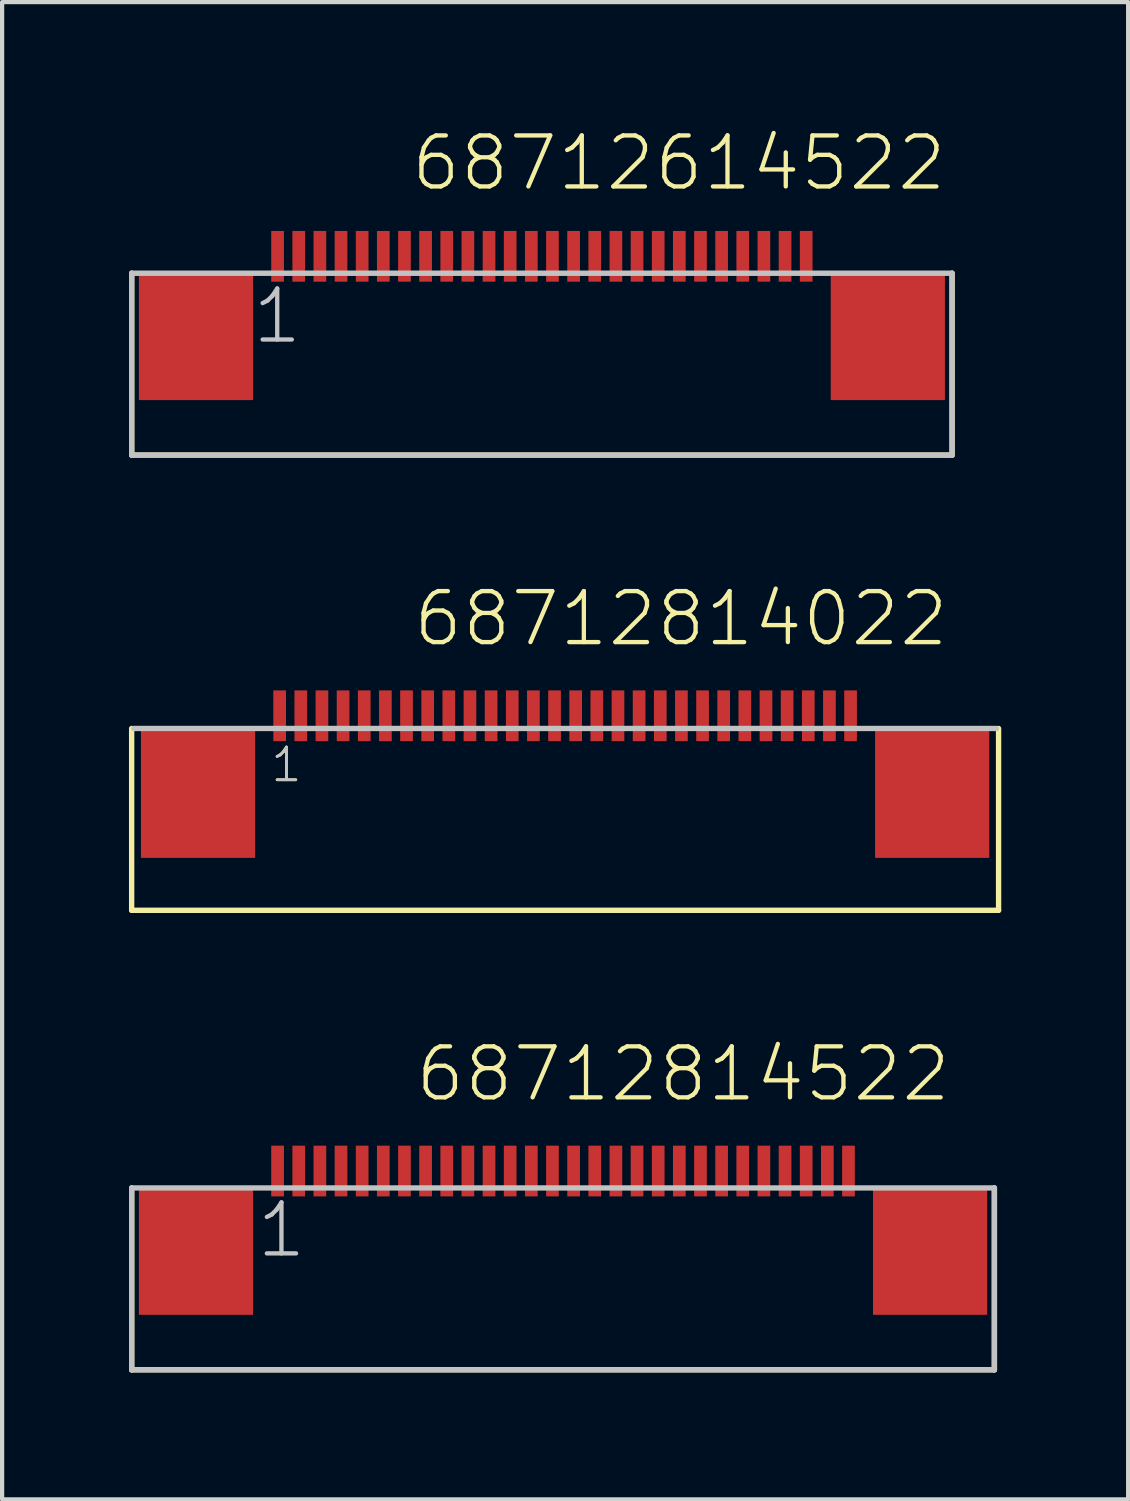
<source format=kicad_pcb>
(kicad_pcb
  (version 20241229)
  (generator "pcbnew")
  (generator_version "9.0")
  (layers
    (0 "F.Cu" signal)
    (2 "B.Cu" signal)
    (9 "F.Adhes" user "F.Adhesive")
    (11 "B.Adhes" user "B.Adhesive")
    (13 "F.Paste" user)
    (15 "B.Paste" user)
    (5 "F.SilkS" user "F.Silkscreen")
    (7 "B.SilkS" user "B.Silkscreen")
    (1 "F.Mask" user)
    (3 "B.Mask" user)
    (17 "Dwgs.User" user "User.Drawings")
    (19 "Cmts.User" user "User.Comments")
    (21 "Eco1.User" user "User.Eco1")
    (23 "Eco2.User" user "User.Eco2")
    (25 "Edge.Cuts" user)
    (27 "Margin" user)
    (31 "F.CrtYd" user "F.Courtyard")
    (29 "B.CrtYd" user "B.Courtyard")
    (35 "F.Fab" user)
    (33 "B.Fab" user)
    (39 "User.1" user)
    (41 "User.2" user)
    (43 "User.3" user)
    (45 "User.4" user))
  (footprint "68712614522"
    (layer "F.Cu")
    (at 9.764 4.911)
    (property "Reference" "68712614522" (at -3.144 -3.4 0) (layer "F.SilkS") (effects (font (size 1.206 1.206) (thickness 0.102)) (justify left bottom)))
    (attr through_hole)
    (fp_line (start -9.7 -1.5) (end -9.7 2.8) (stroke (width 0.127) (type solid)) (layer "F.SilkS"))
    (fp_line (start -9.7 2.8) (end 9.7 2.8) (stroke (width 0.127) (type solid)) (layer "F.SilkS"))
    (fp_line (start 9.7 2.8) (end 9.7 -1.5) (stroke (width 0.127) (type solid)) (layer "F.SilkS"))
    (fp_line (start -9.7 -1.5) (end 9.7 -1.5) (stroke (width 0.127) (type solid)) (layer "Dwgs.User"))
    (fp_line (start -9.7 2.8) (end -9.7 -1.5) (stroke (width 0.127) (type solid)) (layer "Dwgs.User"))
    (fp_line (start -9.7 2.8) (end 9.7 2.8) (stroke (width 0.127) (type solid)) (layer "Dwgs.User"))
    (fp_line (start 9.7 -1.5) (end 9.7 2.8) (stroke (width 0.127) (type solid)) (layer "Dwgs.User"))
    (fp_text user "1" (at -6.9 0.22 0) (layer "Dwgs.User") (effects (font (size 1.206 1.206) (thickness 0.102)) (justify left bottom)))
    (pad "1" smd rect (at -6.25 -1.9) (size 0.3 1.2) (layers "F.Cu" "F.Mask" "F.Paste"))
    (pad "2" smd rect (at -5.75 -1.9) (size 0.3 1.2) (layers "F.Cu" "F.Mask" "F.Paste"))
    (pad "3" smd rect (at -5.25 -1.9) (size 0.3 1.2) (layers "F.Cu" "F.Mask" "F.Paste"))
    (pad "4" smd rect (at -4.75 -1.9) (size 0.3 1.2) (layers "F.Cu" "F.Mask" "F.Paste"))
    (pad "5" smd rect (at -4.25 -1.9) (size 0.3 1.2) (layers "F.Cu" "F.Mask" "F.Paste"))
    (pad "6" smd rect (at -3.75 -1.9) (size 0.3 1.2) (layers "F.Cu" "F.Mask" "F.Paste"))
    (pad "7" smd rect (at -3.25 -1.9) (size 0.3 1.2) (layers "F.Cu" "F.Mask" "F.Paste"))
    (pad "8" smd rect (at -2.75 -1.9) (size 0.3 1.2) (layers "F.Cu" "F.Mask" "F.Paste"))
    (pad "9" smd rect (at -2.25 -1.9) (size 0.3 1.2) (layers "F.Cu" "F.Mask" "F.Paste"))
    (pad "10" smd rect (at -1.75 -1.9) (size 0.3 1.2) (layers "F.Cu" "F.Mask" "F.Paste"))
    (pad "11" smd rect (at -1.25 -1.9) (size 0.3 1.2) (layers "F.Cu" "F.Mask" "F.Paste"))
    (pad "12" smd rect (at -0.75 -1.9) (size 0.3 1.2) (layers "F.Cu" "F.Mask" "F.Paste"))
    (pad "13" smd rect (at -0.25 -1.9) (size 0.3 1.2) (layers "F.Cu" "F.Mask" "F.Paste"))
    (pad "14" smd rect (at 0.25 -1.9) (size 0.3 1.2) (layers "F.Cu" "F.Mask" "F.Paste"))
    (pad "15" smd rect (at 0.75 -1.9) (size 0.3 1.2) (layers "F.Cu" "F.Mask" "F.Paste"))
    (pad "16" smd rect (at 1.25 -1.9) (size 0.3 1.2) (layers "F.Cu" "F.Mask" "F.Paste"))
    (pad "17" smd rect (at 1.75 -1.9) (size 0.3 1.2) (layers "F.Cu" "F.Mask" "F.Paste"))
    (pad "18" smd rect (at 2.25 -1.9) (size 0.3 1.2) (layers "F.Cu" "F.Mask" "F.Paste"))
    (pad "19" smd rect (at 2.75 -1.9) (size 0.3 1.2) (layers "F.Cu" "F.Mask" "F.Paste"))
    (pad "20" smd rect (at 3.25 -1.9) (size 0.3 1.2) (layers "F.Cu" "F.Mask" "F.Paste"))
    (pad "21" smd rect (at 3.75 -1.9) (size 0.3 1.2) (layers "F.Cu" "F.Mask" "F.Paste"))
    (pad "22" smd rect (at 4.25 -1.9) (size 0.3 1.2) (layers "F.Cu" "F.Mask" "F.Paste"))
    (pad "23" smd rect (at 4.75 -1.9) (size 0.3 1.2) (layers "F.Cu" "F.Mask" "F.Paste"))
    (pad "24" smd rect (at 5.25 -1.9) (size 0.3 1.2) (layers "F.Cu" "F.Mask" "F.Paste"))
    (pad "25" smd rect (at 5.75 -1.9) (size 0.3 1.2) (layers "F.Cu" "F.Mask" "F.Paste"))
    (pad "26" smd rect (at 6.25 -1.9) (size 0.3 1.2) (layers "F.Cu" "F.Mask" "F.Paste"))
    (pad "Z1" smd rect (at -8.18 0) (size 2.7 3) (layers "F.Cu" "F.Mask" "F.Paste"))
    (pad "Z2" smd rect (at 8.18 0) (size 2.7 3) (layers "F.Cu" "F.Mask" "F.Paste")))
  (footprint "68712814022"
    (layer "F.Cu")
    (at 10.313 15.736)
    (property "Reference" "68712814022" (at -3.644 -3.45 0) (layer "F.SilkS") (effects (font (size 1.206 1.206) (thickness 0.102)) (justify left bottom)))
    (attr through_hole)
    (fp_line (start -10.25 -1.56) (end -10.25 2.74) (stroke (width 0.127) (type solid)) (layer "F.SilkS"))
    (fp_line (start -10.25 2.74) (end 10.25 2.74) (stroke (width 0.127) (type solid)) (layer "F.SilkS"))
    (fp_line (start 10.25 2.74) (end 10.25 -1.56) (stroke (width 0.127) (type solid)) (layer "F.SilkS"))
    (fp_line (start 10.2 -1.56) (end -10.2 -1.56) (stroke (width 0.127) (type solid)) (layer "Dwgs.User"))
    (fp_text user "1" (at -7 -0.25 0) (layer "F.SilkS") (effects (font (size 0.772 0.772) (thickness 0.065)) (justify left bottom)))
    (fp_text user "1" (at -7 -0.25 0) (layer "Dwgs.User") (effects (font (size 0.772 0.772) (thickness 0.065)) (justify left bottom)))
    (pad "1" smd rect (at -6.75 -1.86) (size 0.3 1.2) (layers "F.Cu" "F.Mask" "F.Paste"))
    (pad "2" smd rect (at -6.25 -1.86) (size 0.3 1.2) (layers "F.Cu" "F.Mask" "F.Paste"))
    (pad "3" smd rect (at -5.75 -1.86) (size 0.3 1.2) (layers "F.Cu" "F.Mask" "F.Paste"))
    (pad "4" smd rect (at -5.25 -1.86) (size 0.3 1.2) (layers "F.Cu" "F.Mask" "F.Paste"))
    (pad "5" smd rect (at -4.75 -1.86) (size 0.3 1.2) (layers "F.Cu" "F.Mask" "F.Paste"))
    (pad "6" smd rect (at -4.25 -1.86) (size 0.3 1.2) (layers "F.Cu" "F.Mask" "F.Paste"))
    (pad "7" smd rect (at -3.75 -1.86) (size 0.3 1.2) (layers "F.Cu" "F.Mask" "F.Paste"))
    (pad "8" smd rect (at -3.25 -1.86) (size 0.3 1.2) (layers "F.Cu" "F.Mask" "F.Paste"))
    (pad "9" smd rect (at -2.75 -1.86) (size 0.3 1.2) (layers "F.Cu" "F.Mask" "F.Paste"))
    (pad "10" smd rect (at -2.25 -1.86) (size 0.3 1.2) (layers "F.Cu" "F.Mask" "F.Paste"))
    (pad "11" smd rect (at -1.75 -1.86) (size 0.3 1.2) (layers "F.Cu" "F.Mask" "F.Paste"))
    (pad "12" smd rect (at -1.25 -1.86) (size 0.3 1.2) (layers "F.Cu" "F.Mask" "F.Paste"))
    (pad "13" smd rect (at -0.75 -1.86) (size 0.3 1.2) (layers "F.Cu" "F.Mask" "F.Paste"))
    (pad "14" smd rect (at -0.25 -1.86) (size 0.3 1.2) (layers "F.Cu" "F.Mask" "F.Paste"))
    (pad "15" smd rect (at 0.25 -1.86) (size 0.3 1.2) (layers "F.Cu" "F.Mask" "F.Paste"))
    (pad "16" smd rect (at 0.75 -1.86) (size 0.3 1.2) (layers "F.Cu" "F.Mask" "F.Paste"))
    (pad "17" smd rect (at 1.25 -1.86) (size 0.3 1.2) (layers "F.Cu" "F.Mask" "F.Paste"))
    (pad "18" smd rect (at 1.75 -1.86) (size 0.3 1.2) (layers "F.Cu" "F.Mask" "F.Paste"))
    (pad "19" smd rect (at 2.25 -1.86) (size 0.3 1.2) (layers "F.Cu" "F.Mask" "F.Paste"))
    (pad "20" smd rect (at 2.75 -1.86) (size 0.3 1.2) (layers "F.Cu" "F.Mask" "F.Paste"))
    (pad "21" smd rect (at 3.25 -1.86) (size 0.3 1.2) (layers "F.Cu" "F.Mask" "F.Paste"))
    (pad "22" smd rect (at 3.75 -1.86) (size 0.3 1.2) (layers "F.Cu" "F.Mask" "F.Paste"))
    (pad "23" smd rect (at 4.25 -1.86) (size 0.3 1.2) (layers "F.Cu" "F.Mask" "F.Paste"))
    (pad "24" smd rect (at 4.75 -1.86) (size 0.3 1.2) (layers "F.Cu" "F.Mask" "F.Paste"))
    (pad "25" smd rect (at 5.25 -1.86) (size 0.3 1.2) (layers "F.Cu" "F.Mask" "F.Paste"))
    (pad "26" smd rect (at 5.75 -1.86) (size 0.3 1.2) (layers "F.Cu" "F.Mask" "F.Paste"))
    (pad "27" smd rect (at 6.25 -1.86) (size 0.3 1.2) (layers "F.Cu" "F.Mask" "F.Paste"))
    (pad "28" smd rect (at 6.75 -1.86) (size 0.3 1.2) (layers "F.Cu" "F.Mask" "F.Paste"))
    (pad "Z1" smd rect (at -8.68 0) (size 2.7 3) (layers "F.Cu" "F.Mask" "F.Paste"))
    (pad "Z2" smd rect (at 8.68 0) (size 2.7 3) (layers "F.Cu" "F.Mask" "F.Paste")))
  (footprint "68712814522"
    (layer "F.Cu")
    (at 10.264 26.541)
    (property "Reference" "68712814522" (at -3.544 -3.49 0) (layer "F.SilkS") (effects (font (size 1.206 1.206) (thickness 0.102)) (justify left bottom)))
    (attr through_hole)
    (fp_line (start -10.2 -1.5) (end -10.2 2.8) (stroke (width 0.127) (type solid)) (layer "F.SilkS"))
    (fp_line (start -10.2 2.8) (end 10.2 2.8) (stroke (width 0.127) (type solid)) (layer "F.SilkS"))
    (fp_line (start 10.2 2.8) (end 10.2 -1.5) (stroke (width 0.127) (type solid)) (layer "F.SilkS"))
    (fp_line (start -10.2 -1.5) (end 10.2 -1.5) (stroke (width 0.127) (type solid)) (layer "Dwgs.User"))
    (fp_line (start -10.2 2.8) (end -10.2 -1.5) (stroke (width 0.127) (type solid)) (layer "Dwgs.User"))
    (fp_line (start -10.2 2.8) (end 10.2 2.8) (stroke (width 0.127) (type solid)) (layer "Dwgs.User"))
    (fp_line (start 10.2 -1.5) (end 10.2 2.8) (stroke (width 0.127) (type solid)) (layer "Dwgs.User"))
    (fp_text user "1" (at -7.3 0.2 0) (layer "Dwgs.User") (effects (font (size 1.206 1.206) (thickness 0.102)) (justify left bottom)))
    (pad "1" smd rect (at -6.75 -1.9) (size 0.3 1.2) (layers "F.Cu" "F.Mask" "F.Paste"))
    (pad "2" smd rect (at -6.25 -1.9) (size 0.3 1.2) (layers "F.Cu" "F.Mask" "F.Paste"))
    (pad "3" smd rect (at -5.75 -1.9) (size 0.3 1.2) (layers "F.Cu" "F.Mask" "F.Paste"))
    (pad "4" smd rect (at -5.25 -1.9) (size 0.3 1.2) (layers "F.Cu" "F.Mask" "F.Paste"))
    (pad "5" smd rect (at -4.75 -1.9) (size 0.3 1.2) (layers "F.Cu" "F.Mask" "F.Paste"))
    (pad "6" smd rect (at -4.25 -1.9) (size 0.3 1.2) (layers "F.Cu" "F.Mask" "F.Paste"))
    (pad "7" smd rect (at -3.75 -1.9) (size 0.3 1.2) (layers "F.Cu" "F.Mask" "F.Paste"))
    (pad "8" smd rect (at -3.25 -1.9) (size 0.3 1.2) (layers "F.Cu" "F.Mask" "F.Paste"))
    (pad "9" smd rect (at -2.75 -1.9) (size 0.3 1.2) (layers "F.Cu" "F.Mask" "F.Paste"))
    (pad "10" smd rect (at -2.25 -1.9) (size 0.3 1.2) (layers "F.Cu" "F.Mask" "F.Paste"))
    (pad "11" smd rect (at -1.75 -1.9) (size 0.3 1.2) (layers "F.Cu" "F.Mask" "F.Paste"))
    (pad "12" smd rect (at -1.25 -1.9) (size 0.3 1.2) (layers "F.Cu" "F.Mask" "F.Paste"))
    (pad "13" smd rect (at -0.75 -1.9) (size 0.3 1.2) (layers "F.Cu" "F.Mask" "F.Paste"))
    (pad "14" smd rect (at -0.25 -1.9) (size 0.3 1.2) (layers "F.Cu" "F.Mask" "F.Paste"))
    (pad "15" smd rect (at 0.25 -1.9) (size 0.3 1.2) (layers "F.Cu" "F.Mask" "F.Paste"))
    (pad "16" smd rect (at 0.75 -1.9) (size 0.3 1.2) (layers "F.Cu" "F.Mask" "F.Paste"))
    (pad "17" smd rect (at 1.25 -1.9) (size 0.3 1.2) (layers "F.Cu" "F.Mask" "F.Paste"))
    (pad "18" smd rect (at 1.75 -1.9) (size 0.3 1.2) (layers "F.Cu" "F.Mask" "F.Paste"))
    (pad "19" smd rect (at 2.25 -1.9) (size 0.3 1.2) (layers "F.Cu" "F.Mask" "F.Paste"))
    (pad "20" smd rect (at 2.75 -1.9) (size 0.3 1.2) (layers "F.Cu" "F.Mask" "F.Paste"))
    (pad "21" smd rect (at 3.25 -1.9) (size 0.3 1.2) (layers "F.Cu" "F.Mask" "F.Paste"))
    (pad "22" smd rect (at 3.75 -1.9) (size 0.3 1.2) (layers "F.Cu" "F.Mask" "F.Paste"))
    (pad "23" smd rect (at 4.25 -1.9) (size 0.3 1.2) (layers "F.Cu" "F.Mask" "F.Paste"))
    (pad "24" smd rect (at 4.75 -1.9) (size 0.3 1.2) (layers "F.Cu" "F.Mask" "F.Paste"))
    (pad "25" smd rect (at 5.25 -1.9) (size 0.3 1.2) (layers "F.Cu" "F.Mask" "F.Paste"))
    (pad "26" smd rect (at 5.75 -1.9) (size 0.3 1.2) (layers "F.Cu" "F.Mask" "F.Paste"))
    (pad "27" smd rect (at 6.25 -1.9) (size 0.3 1.2) (layers "F.Cu" "F.Mask" "F.Paste"))
    (pad "28" smd rect (at 6.75 -1.9) (size 0.3 1.2) (layers "F.Cu" "F.Mask" "F.Paste"))
    (pad "Z1" smd rect (at -8.68 0) (size 2.7 3) (layers "F.Cu" "F.Mask" "F.Paste"))
    (pad "Z2" smd rect (at 8.68 0) (size 2.7 3) (layers "F.Cu" "F.Mask" "F.Paste")))
  (gr_rect
    (start -3 -3)
    (end 23.627 32.405)
    (stroke (width 0.1) (type default))
    (fill no)
    (layer "Edge.Cuts")))
</source>
